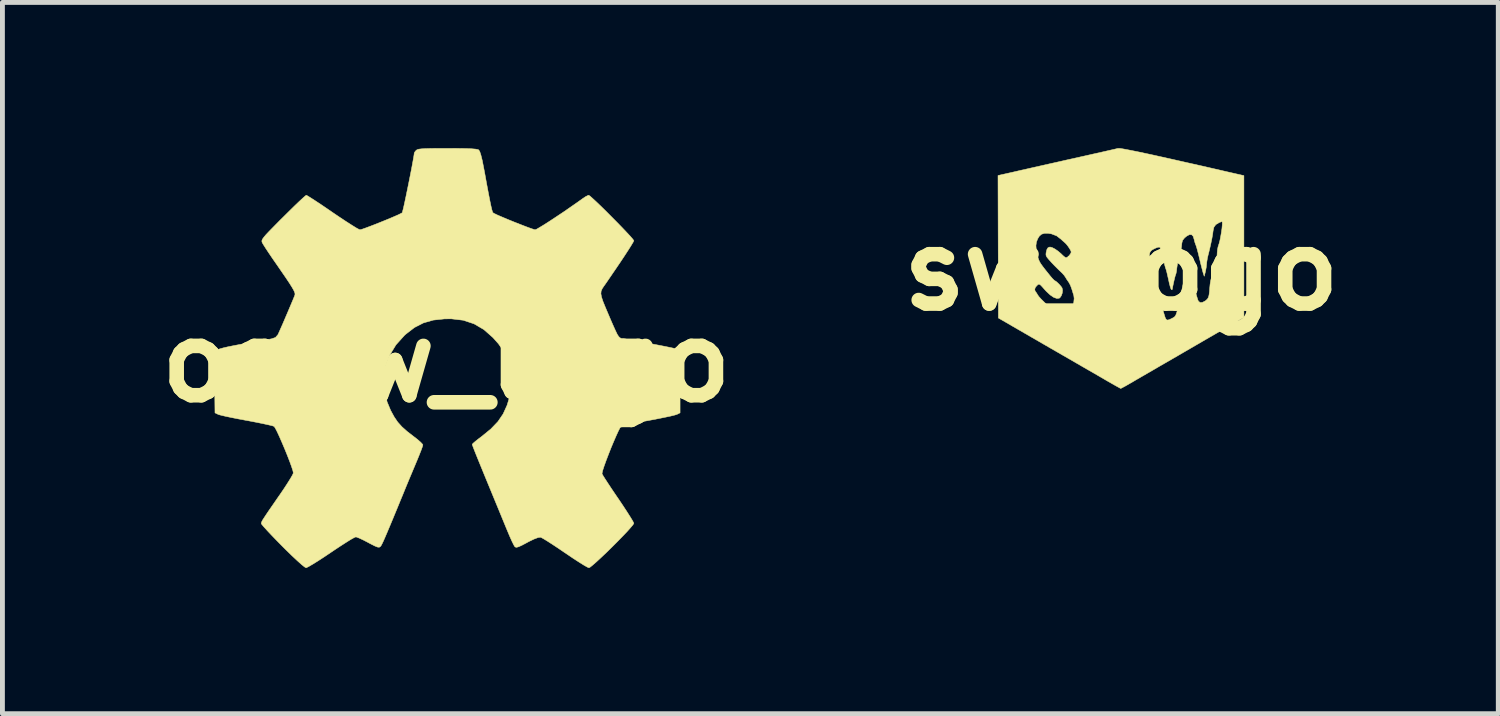
<source format=kicad_pcb>
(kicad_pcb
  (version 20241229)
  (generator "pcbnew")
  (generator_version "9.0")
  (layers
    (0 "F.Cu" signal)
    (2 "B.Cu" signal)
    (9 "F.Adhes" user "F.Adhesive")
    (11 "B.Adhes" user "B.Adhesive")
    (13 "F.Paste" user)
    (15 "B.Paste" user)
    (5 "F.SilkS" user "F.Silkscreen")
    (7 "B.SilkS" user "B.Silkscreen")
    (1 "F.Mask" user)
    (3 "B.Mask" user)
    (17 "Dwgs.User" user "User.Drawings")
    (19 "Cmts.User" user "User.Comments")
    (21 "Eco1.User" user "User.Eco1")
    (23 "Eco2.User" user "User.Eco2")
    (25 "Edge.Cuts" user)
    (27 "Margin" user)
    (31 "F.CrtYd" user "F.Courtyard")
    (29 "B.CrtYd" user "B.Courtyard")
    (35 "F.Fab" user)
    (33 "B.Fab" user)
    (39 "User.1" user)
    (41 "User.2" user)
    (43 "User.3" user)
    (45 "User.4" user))
  (footprint "sw_logo"
    (layer "F.Cu")
    (at 20.04 2.511)
    (property "Reference" "sw_logo" (at 0 0 0) (layer "F.SilkS") (effects (font (size 1.524 1.524) (thickness 0.3))))
    (attr through_hole)
    (fp_poly (pts (xy -0.015 -2.503) (xy 0.041 -2.494) (xy 0.117 -2.48) (xy 0.214 -2.461) (xy 0.334 -2.437) (xy 0.476 -2.407) (xy 0.643 -2.371) (xy 0.836 -2.328) (xy 1.056 -2.279) (xy 1.303 -2.223) (xy 1.58 -2.161) (xy 1.886 -2.091) (xy 2.224 -2.013) (xy 2.4 -1.973) (xy 2.523 -1.945) (xy 2.523 0.976) (xy 2.189 1.168) (xy 2.076 1.233) (xy 1.943 1.31) (xy 1.799 1.393) (xy 1.653 1.478) (xy 1.515 1.558) (xy 1.448 1.597) (xy 1.322 1.67) (xy 1.188 1.748) (xy 1.055 1.825) (xy 0.929 1.898) (xy 0.819 1.961) (xy 0.762 1.994) (xy 0.651 2.059) (xy 0.528 2.13) (xy 0.405 2.201) (xy 0.293 2.266) (xy 0.241 2.297) (xy 0.159 2.344) (xy 0.088 2.385) (xy 0.032 2.415) (xy -0.004 2.434) (xy -0.013 2.438) (xy -0.031 2.429) (xy -0.073 2.406) (xy -0.136 2.371) (xy -0.215 2.326) (xy -0.306 2.274) (xy -0.347 2.25) (xy -0.462 2.183) (xy -0.586 2.111) (xy -0.71 2.04) (xy -0.824 1.974) (xy -0.914 1.922) (xy -0.981 1.883) (xy -1.073 1.83) (xy -1.186 1.765) (xy -1.314 1.691) (xy -1.455 1.61) (xy -1.602 1.525) (xy -1.752 1.438) (xy -1.846 1.384) (xy -2.532 0.987) (xy -2.533 0.395) (xy -1.785 0.395) (xy -1.775 0.434) (xy -1.772 0.437) (xy -1.745 0.474) (xy -1.723 0.512) (xy -1.697 0.548) (xy -1.652 0.598) (xy -1.593 0.656) (xy -1.528 0.718) (xy -1.462 0.775) (xy -1.402 0.824) (xy -1.355 0.858) (xy -1.332 0.87) (xy -1.266 0.884) (xy -1.192 0.887) (xy -1.125 0.879) (xy -1.088 0.866) (xy -1.041 0.827) (xy -1.007 0.767) (xy -0.983 0.679) (xy -0.981 0.671) (xy -0.972 0.585) (xy -0.98 0.521) (xy -0.981 0.52) (xy -0.996 0.472) (xy -1.015 0.409) (xy -1.026 0.376) (xy -1.048 0.316) (xy -1.076 0.262) (xy -1.09 0.241) (xy -1.124 0.192) (xy -1.152 0.146) (xy -1.177 0.109) (xy -1.219 0.062) (xy -1.261 0.022) (xy -1.313 -0.028) (xy -1.376 -0.091) (xy -1.438 -0.156) (xy -1.453 -0.173) (xy -1.503 -0.229) (xy -1.534 -0.268) (xy -1.549 -0.297) (xy -1.553 -0.324) (xy -1.55 -0.356) (xy -1.549 -0.362) (xy -1.533 -0.425) (xy -1.51 -0.461) (xy -1.475 -0.474) (xy -1.466 -0.474) (xy -1.424 -0.463) (xy -1.366 -0.433) (xy -1.303 -0.389) (xy -1.243 -0.338) (xy -1.22 -0.315) (xy -1.182 -0.28) (xy -1.15 -0.258) (xy -1.139 -0.254) (xy -1.11 -0.267) (xy -1.102 -0.274) (xy 0.577 -0.274) (xy 0.586 -0.197) (xy 0.606 -0.098) (xy 0.636 0.029) (xy 0.645 0.064) (xy 0.672 0.167) (xy 0.698 0.271) (xy 0.723 0.366) (xy 0.742 0.442) (xy 0.748 0.466) (xy 0.768 0.545) (xy 0.791 0.626) (xy 0.812 0.691) (xy 0.813 0.694) (xy 0.835 0.76) (xy 0.86 0.841) (xy 0.881 0.91) (xy 0.902 0.978) (xy 0.922 1.017) (xy 0.948 1.03) (xy 0.985 1.022) (xy 1.031 1) (xy 1.057 0.987) (xy 1.079 0.975) (xy 1.097 0.961) (xy 1.113 0.941) (xy 1.127 0.912) (xy 1.141 0.871) (xy 1.157 0.813) (xy 1.176 0.735) (xy 1.198 0.634) (xy 1.225 0.506) (xy 1.25 0.389) (xy 1.269 0.299) (xy 1.29 0.2) (xy 1.308 0.112) (xy 1.312 0.093) (xy 1.326 0.023) (xy 1.339 -0.04) (xy 1.348 -0.084) (xy 1.349 -0.089) (xy 1.364 -0.124) (xy 1.385 -0.134) (xy 1.402 -0.12) (xy 1.407 -0.097) (xy 1.412 -0.055) (xy 1.424 0.012) (xy 1.441 0.096) (xy 1.463 0.191) (xy 1.486 0.292) (xy 1.511 0.39) (xy 1.535 0.481) (xy 1.557 0.557) (xy 1.574 0.613) (xy 1.586 0.639) (xy 1.62 0.668) (xy 1.669 0.666) (xy 1.728 0.635) (xy 1.743 0.623) (xy 1.772 0.596) (xy 1.792 0.562) (xy 1.805 0.515) (xy 1.814 0.446) (xy 1.819 0.373) (xy 1.827 0.291) (xy 1.84 0.212) (xy 1.856 0.146) (xy 1.873 0.101) (xy 1.878 0.094) (xy 1.89 0.067) (xy 1.902 0.022) (xy 1.904 0.008) (xy 1.915 -0.039) (xy 1.927 -0.072) (xy 1.93 -0.076) (xy 1.941 -0.106) (xy 1.953 -0.161) (xy 1.963 -0.233) (xy 1.971 -0.312) (xy 1.973 -0.356) (xy 1.979 -0.419) (xy 1.99 -0.476) (xy 1.997 -0.499) (xy 2.014 -0.551) (xy 2.031 -0.619) (xy 2.046 -0.697) (xy 2.06 -0.778) (xy 2.071 -0.855) (xy 2.077 -0.922) (xy 2.079 -0.971) (xy 2.074 -0.997) (xy 2.071 -0.999) (xy 2.053 -0.993) (xy 2.016 -0.979) (xy 2.01 -0.976) (xy 1.944 -0.936) (xy 1.905 -0.881) (xy 1.888 -0.804) (xy 1.888 -0.802) (xy 1.88 -0.74) (xy 1.865 -0.654) (xy 1.845 -0.556) (xy 1.822 -0.454) (xy 1.799 -0.357) (xy 1.788 -0.317) (xy 1.772 -0.248) (xy 1.759 -0.168) (xy 1.755 -0.125) (xy 1.747 -0.053) (xy 1.734 0.017) (xy 1.726 0.053) (xy 1.706 0.127) (xy 1.684 0.059) (xy 1.672 0.017) (xy 1.655 -0.049) (xy 1.634 -0.131) (xy 1.613 -0.221) (xy 1.609 -0.237) (xy 1.588 -0.325) (xy 1.567 -0.406) (xy 1.549 -0.47) (xy 1.535 -0.512) (xy 1.533 -0.516) (xy 1.514 -0.569) (xy 1.499 -0.628) (xy 1.498 -0.632) (xy 1.478 -0.696) (xy 1.446 -0.729) (xy 1.402 -0.73) (xy 1.346 -0.7) (xy 1.301 -0.663) (xy 1.261 -0.613) (xy 1.245 -0.554) (xy 1.245 -0.548) (xy 1.237 -0.475) (xy 1.222 -0.397) (xy 1.197 -0.301) (xy 1.185 -0.26) (xy 1.166 -0.183) (xy 1.15 -0.096) (xy 1.142 -0.04) (xy 1.135 0.021) (xy 1.126 0.069) (xy 1.118 0.093) (xy 1.11 0.115) (xy 1.098 0.16) (xy 1.084 0.219) (xy 1.07 0.282) (xy 1.058 0.34) (xy 1.051 0.383) (xy 1.05 0.397) (xy 1.038 0.404) (xy 1.031 0.403) (xy 1.02 0.385) (xy 1.005 0.34) (xy 0.988 0.276) (xy 0.972 0.202) (xy 0.954 0.122) (xy 0.938 0.052) (xy 0.924 -0.000372) (xy 0.916 -0.025) (xy 0.903 -0.064) (xy 0.887 -0.125) (xy 0.872 -0.199) (xy 0.859 -0.276) (xy 0.853 -0.316) (xy 0.842 -0.367) (xy 0.823 -0.417) (xy 0.802 -0.457) (xy 0.783 -0.474) (xy 0.781 -0.474) (xy 0.739 -0.466) (xy 0.686 -0.444) (xy 0.636 -0.417) (xy 0.614 -0.401) (xy 0.592 -0.372) (xy 0.579 -0.331) (xy 0.577 -0.274) (xy -1.102 -0.274) (xy -1.075 -0.298) (xy -1.046 -0.337) (xy -1.033 -0.37) (xy -1.033 -0.372) (xy -1.043 -0.402) (xy -1.069 -0.447) (xy -1.104 -0.498) (xy -1.141 -0.543) (xy -1.173 -0.573) (xy -1.207 -0.602) (xy -1.241 -0.634) (xy -1.333 -0.705) (xy -1.441 -0.746) (xy -1.503 -0.756) (xy -1.586 -0.756) (xy -1.645 -0.738) (xy -1.691 -0.697) (xy -1.723 -0.644) (xy -1.749 -0.577) (xy -1.759 -0.505) (xy -1.753 -0.42) (xy -1.732 -0.314) (xy -1.728 -0.299) (xy -1.715 -0.251) (xy -1.701 -0.211) (xy -1.684 -0.172) (xy -1.659 -0.13) (xy -1.624 -0.081) (xy -1.576 -0.018) (xy -1.511 0.063) (xy -1.463 0.123) (xy -1.423 0.17) (xy -1.39 0.204) (xy -1.37 0.22) (xy -1.369 0.22) (xy -1.347 0.232) (xy -1.312 0.262) (xy -1.274 0.3) (xy -1.24 0.34) (xy -1.221 0.368) (xy -1.211 0.415) (xy -1.217 0.474) (xy -1.237 0.529) (xy -1.266 0.57) (xy -1.28 0.579) (xy -1.33 0.584) (xy -1.394 0.561) (xy -1.467 0.511) (xy -1.547 0.436) (xy -1.581 0.399) (xy -1.631 0.342) (xy -1.664 0.308) (xy -1.687 0.292) (xy -1.703 0.291) (xy -1.72 0.301) (xy -1.723 0.303) (xy -1.767 0.35) (xy -1.785 0.395) (xy -2.533 0.395) (xy -2.536 -0.48) (xy -2.54 -1.947) (xy -2.502 -1.956) (xy -2.468 -1.964) (xy -2.404 -1.978) (xy -2.315 -1.998) (xy -2.204 -2.023) (xy -2.075 -2.053) (xy -1.932 -2.085) (xy -1.778 -2.12) (xy -1.618 -2.156) (xy -1.454 -2.193) (xy -1.292 -2.229) (xy -1.135 -2.265) (xy -0.985 -2.298) (xy -0.848 -2.329) (xy -0.727 -2.356) (xy -0.625 -2.379) (xy -0.618 -2.381) (xy -0.491 -2.409) (xy -0.372 -2.436) (xy -0.267 -2.46) (xy -0.179 -2.48) (xy -0.114 -2.495) (xy -0.076 -2.504) (xy -0.071 -2.506) (xy -0.052 -2.506) (xy -0.015 -2.503)) (stroke (width 0.01) (type solid)) (fill yes) (layer "F.SilkS")))
  (footprint "oshw_logo"
    (layer "F.Cu")
    (at 6.14 4.399)
    (property "Reference" "oshw_logo" (at 0 0 0) (layer "F.SilkS") (effects (font (size 1.524 1.524) (thickness 0.3))))
    (attr through_hole)
    (fp_poly (pts (xy 0.232 -4.393) (xy 0.396 -4.391) (xy 0.517 -4.386) (xy 0.6 -4.379) (xy 0.65 -4.37) (xy 0.667 -4.362) (xy 0.688 -4.33) (xy 0.712 -4.258) (xy 0.74 -4.146) (xy 0.771 -3.987) (xy 0.788 -3.899) (xy 0.831 -3.661) (xy 0.867 -3.47) (xy 0.896 -3.321) (xy 0.919 -3.21) (xy 0.937 -3.133) (xy 0.951 -3.087) (xy 0.961 -3.068) (xy 0.993 -3.05) (xy 1.062 -3.017) (xy 1.161 -2.975) (xy 1.277 -2.926) (xy 1.403 -2.875) (xy 1.528 -2.826) (xy 1.644 -2.781) (xy 1.739 -2.746) (xy 1.805 -2.724) (xy 1.83 -2.718) (xy 1.863 -2.732) (xy 1.93 -2.771) (xy 2.027 -2.83) (xy 2.145 -2.906) (xy 2.278 -2.994) (xy 2.421 -3.089) (xy 2.565 -3.189) (xy 2.706 -3.287) (xy 2.804 -3.357) (xy 2.868 -3.4) (xy 2.918 -3.425) (xy 2.931 -3.429) (xy 2.958 -3.412) (xy 3.013 -3.363) (xy 3.092 -3.29) (xy 3.188 -3.198) (xy 3.295 -3.093) (xy 3.407 -2.98) (xy 3.519 -2.867) (xy 3.624 -2.759) (xy 3.717 -2.661) (xy 3.791 -2.581) (xy 3.841 -2.523) (xy 3.861 -2.494) (xy 3.861 -2.493) (xy 3.847 -2.463) (xy 3.808 -2.398) (xy 3.749 -2.304) (xy 3.673 -2.187) (xy 3.584 -2.053) (xy 3.487 -1.91) (xy 3.386 -1.762) (xy 3.286 -1.616) (xy 3.244 -1.557) (xy 3.209 -1.504) (xy 3.188 -1.455) (xy 3.183 -1.402) (xy 3.195 -1.336) (xy 3.224 -1.247) (xy 3.273 -1.126) (xy 3.309 -1.041) (xy 3.383 -0.867) (xy 3.441 -0.734) (xy 3.485 -0.637) (xy 3.518 -0.568) (xy 3.546 -0.524) (xy 3.57 -0.498) (xy 3.594 -0.484) (xy 3.622 -0.477) (xy 3.648 -0.472) (xy 3.887 -0.43) (xy 4.106 -0.391) (xy 4.301 -0.355) (xy 4.466 -0.323) (xy 4.595 -0.297) (xy 4.683 -0.278) (xy 4.712 -0.271) (xy 4.813 -0.241) (xy 4.813 1.052) (xy 4.75 1.083) (xy 4.706 1.097) (xy 4.621 1.118) (xy 4.503 1.143) (xy 4.361 1.172) (xy 4.203 1.202) (xy 4.166 1.209) (xy 4.007 1.238) (xy 3.864 1.265) (xy 3.744 1.29) (xy 3.656 1.309) (xy 3.608 1.322) (xy 3.603 1.324) (xy 3.58 1.354) (xy 3.544 1.423) (xy 3.499 1.521) (xy 3.447 1.641) (xy 3.392 1.772) (xy 3.339 1.907) (xy 3.29 2.035) (xy 3.249 2.149) (xy 3.22 2.238) (xy 3.207 2.295) (xy 3.207 2.307) (xy 3.224 2.34) (xy 3.266 2.407) (xy 3.329 2.504) (xy 3.407 2.622) (xy 3.497 2.755) (xy 3.54 2.818) (xy 3.633 2.956) (xy 3.715 3.081) (xy 3.783 3.188) (xy 3.832 3.268) (xy 3.858 3.317) (xy 3.861 3.327) (xy 3.843 3.357) (xy 3.794 3.416) (xy 3.721 3.498) (xy 3.628 3.595) (xy 3.522 3.704) (xy 3.41 3.816) (xy 3.297 3.927) (xy 3.189 4.029) (xy 3.093 4.118) (xy 3.014 4.187) (xy 2.96 4.23) (xy 2.937 4.242) (xy 2.903 4.228) (xy 2.834 4.189) (xy 2.738 4.129) (xy 2.62 4.053) (xy 2.489 3.964) (xy 2.442 3.933) (xy 2.306 3.84) (xy 2.182 3.758) (xy 2.076 3.69) (xy 1.995 3.641) (xy 1.947 3.615) (xy 1.939 3.613) (xy 1.888 3.62) (xy 1.804 3.652) (xy 1.694 3.705) (xy 1.664 3.722) (xy 1.56 3.777) (xy 1.49 3.809) (xy 1.447 3.821) (xy 1.42 3.815) (xy 1.41 3.807) (xy 1.389 3.772) (xy 1.353 3.699) (xy 1.307 3.597) (xy 1.256 3.476) (xy 1.231 3.416) (xy 1.164 3.253) (xy 1.087 3.065) (xy 1.008 2.874) (xy 0.938 2.704) (xy 0.933 2.692) (xy 0.823 2.425) (xy 0.732 2.203) (xy 0.659 2.024) (xy 0.603 1.886) (xy 0.564 1.787) (xy 0.541 1.726) (xy 0.533 1.7) (xy 0.533 1.7) (xy 0.553 1.678) (xy 0.604 1.634) (xy 0.679 1.575) (xy 0.73 1.537) (xy 0.917 1.384) (xy 1.062 1.233) (xy 1.17 1.074) (xy 1.251 0.896) (xy 1.296 0.748) (xy 1.334 0.558) (xy 1.343 0.387) (xy 1.323 0.211) (xy 1.295 0.089) (xy 1.242 -0.083) (xy 1.171 -0.231) (xy 1.074 -0.37) (xy 0.959 -0.499) (xy 0.773 -0.663) (xy 0.571 -0.781) (xy 0.349 -0.855) (xy 0.103 -0.884) (xy -0.036 -0.883) (xy -0.269 -0.858) (xy -0.471 -0.8) (xy -0.655 -0.706) (xy -0.833 -0.569) (xy -0.863 -0.542) (xy -1.037 -0.348) (xy -1.167 -0.134) (xy -1.251 0.096) (xy -1.288 0.336) (xy -1.278 0.581) (xy -1.219 0.826) (xy -1.146 1.002) (xy -1.074 1.134) (xy -1.001 1.242) (xy -0.914 1.339) (xy -0.804 1.437) (xy -0.678 1.534) (xy -0.593 1.6) (xy -0.527 1.658) (xy -0.489 1.699) (xy -0.483 1.712) (xy -0.492 1.748) (xy -0.518 1.82) (xy -0.556 1.916) (xy -0.594 2.01) (xy -0.639 2.117) (xy -0.698 2.258) (xy -0.767 2.422) (xy -0.839 2.596) (xy -0.909 2.768) (xy -0.915 2.781) (xy -1.015 3.025) (xy -1.098 3.226) (xy -1.166 3.389) (xy -1.22 3.517) (xy -1.262 3.615) (xy -1.294 3.688) (xy -1.318 3.739) (xy -1.336 3.774) (xy -1.349 3.795) (xy -1.359 3.806) (xy -1.381 3.819) (xy -1.416 3.816) (xy -1.473 3.793) (xy -1.562 3.748) (xy -1.606 3.724) (xy -1.704 3.673) (xy -1.789 3.633) (xy -1.848 3.61) (xy -1.865 3.607) (xy -1.898 3.621) (xy -1.967 3.659) (xy -2.063 3.719) (xy -2.181 3.795) (xy -2.314 3.883) (xy -2.375 3.924) (xy -2.513 4.017) (xy -2.639 4.099) (xy -2.747 4.166) (xy -2.829 4.214) (xy -2.878 4.239) (xy -2.888 4.242) (xy -2.92 4.224) (xy -2.982 4.174) (xy -3.07 4.095) (xy -3.179 3.993) (xy -3.305 3.87) (xy -3.373 3.802) (xy -3.494 3.679) (xy -3.603 3.566) (xy -3.693 3.47) (xy -3.761 3.395) (xy -3.801 3.347) (xy -3.81 3.331) (xy -3.808 3.315) (xy -3.8 3.293) (xy -3.783 3.26) (xy -3.752 3.212) (xy -3.706 3.142) (xy -3.641 3.046) (xy -3.553 2.919) (xy -3.44 2.755) (xy -3.436 2.75) (xy -3.348 2.621) (xy -3.271 2.503) (xy -3.209 2.404) (xy -3.167 2.331) (xy -3.15 2.292) (xy -3.15 2.29) (xy -3.159 2.243) (xy -3.186 2.161) (xy -3.225 2.053) (xy -3.273 1.929) (xy -3.327 1.796) (xy -3.383 1.664) (xy -3.436 1.543) (xy -3.483 1.441) (xy -3.521 1.368) (xy -3.545 1.332) (xy -3.547 1.331) (xy -3.585 1.317) (xy -3.666 1.298) (xy -3.78 1.273) (xy -3.919 1.245) (xy -4.075 1.215) (xy -4.115 1.208) (xy -4.275 1.178) (xy -4.422 1.149) (xy -4.546 1.123) (xy -4.639 1.101) (xy -4.693 1.086) (xy -4.699 1.083) (xy -4.763 1.052) (xy -4.77 0.456) (xy -4.771 0.284) (xy -4.771 0.127) (xy -4.77 -0.008) (xy -4.768 -0.112) (xy -4.765 -0.178) (xy -4.763 -0.196) (xy -4.755 -0.215) (xy -4.739 -0.232) (xy -4.71 -0.249) (xy -4.663 -0.266) (xy -4.595 -0.285) (xy -4.501 -0.307) (xy -4.377 -0.332) (xy -4.219 -0.362) (xy -4.022 -0.398) (xy -3.782 -0.44) (xy -3.6 -0.472) (xy -3.518 -0.5) (xy -3.469 -0.556) (xy -3.468 -0.556) (xy -3.448 -0.6) (xy -3.412 -0.681) (xy -3.365 -0.787) (xy -3.313 -0.909) (xy -3.259 -1.035) (xy -3.208 -1.156) (xy -3.164 -1.26) (xy -3.132 -1.338) (xy -3.118 -1.374) (xy -3.115 -1.397) (xy -3.122 -1.428) (xy -3.142 -1.473) (xy -3.178 -1.536) (xy -3.232 -1.622) (xy -3.309 -1.737) (xy -3.411 -1.885) (xy -3.486 -1.994) (xy -3.575 -2.122) (xy -3.655 -2.24) (xy -3.721 -2.34) (xy -3.767 -2.413) (xy -3.79 -2.452) (xy -3.797 -2.473) (xy -3.797 -2.496) (xy -3.786 -2.524) (xy -3.759 -2.562) (xy -3.714 -2.616) (xy -3.645 -2.689) (xy -3.549 -2.787) (xy -3.423 -2.915) (xy -3.364 -2.973) (xy -3.239 -3.097) (xy -3.125 -3.209) (xy -3.028 -3.302) (xy -2.951 -3.373) (xy -2.901 -3.417) (xy -2.883 -3.429) (xy -2.856 -3.415) (xy -2.793 -3.376) (xy -2.7 -3.316) (xy -2.583 -3.239) (xy -2.449 -3.148) (xy -2.34 -3.073) (xy -2.195 -2.975) (xy -2.062 -2.887) (xy -1.948 -2.814) (xy -1.858 -2.758) (xy -1.799 -2.726) (xy -1.778 -2.718) (xy -1.74 -2.727) (xy -1.666 -2.753) (xy -1.564 -2.791) (xy -1.445 -2.837) (xy -1.318 -2.888) (xy -1.193 -2.939) (xy -1.08 -2.987) (xy -0.988 -3.027) (xy -0.928 -3.057) (xy -0.909 -3.068) (xy -0.9 -3.097) (xy -0.882 -3.167) (xy -0.859 -3.271) (xy -0.832 -3.398) (xy -0.802 -3.543) (xy -0.771 -3.695) (xy -0.741 -3.846) (xy -0.713 -3.989) (xy -0.69 -4.114) (xy -0.672 -4.214) (xy -0.662 -4.279) (xy -0.661 -4.297) (xy -0.644 -4.327) (xy -0.62 -4.354) (xy -0.601 -4.367) (xy -0.569 -4.377) (xy -0.516 -4.384) (xy -0.438 -4.389) (xy -0.328 -4.392) (xy -0.179 -4.394) (xy 0.013 -4.394) (xy 0.022 -4.394) (xy 0.232 -4.393)) (stroke (width 0.01) (type solid)) (fill yes) (layer "F.SilkS")))
  (gr_rect
    (start -3 -3)
    (end 27.801 11.646)
    (stroke (width 0.1) (type default))
    (fill no)
    (layer "Edge.Cuts")))
</source>
